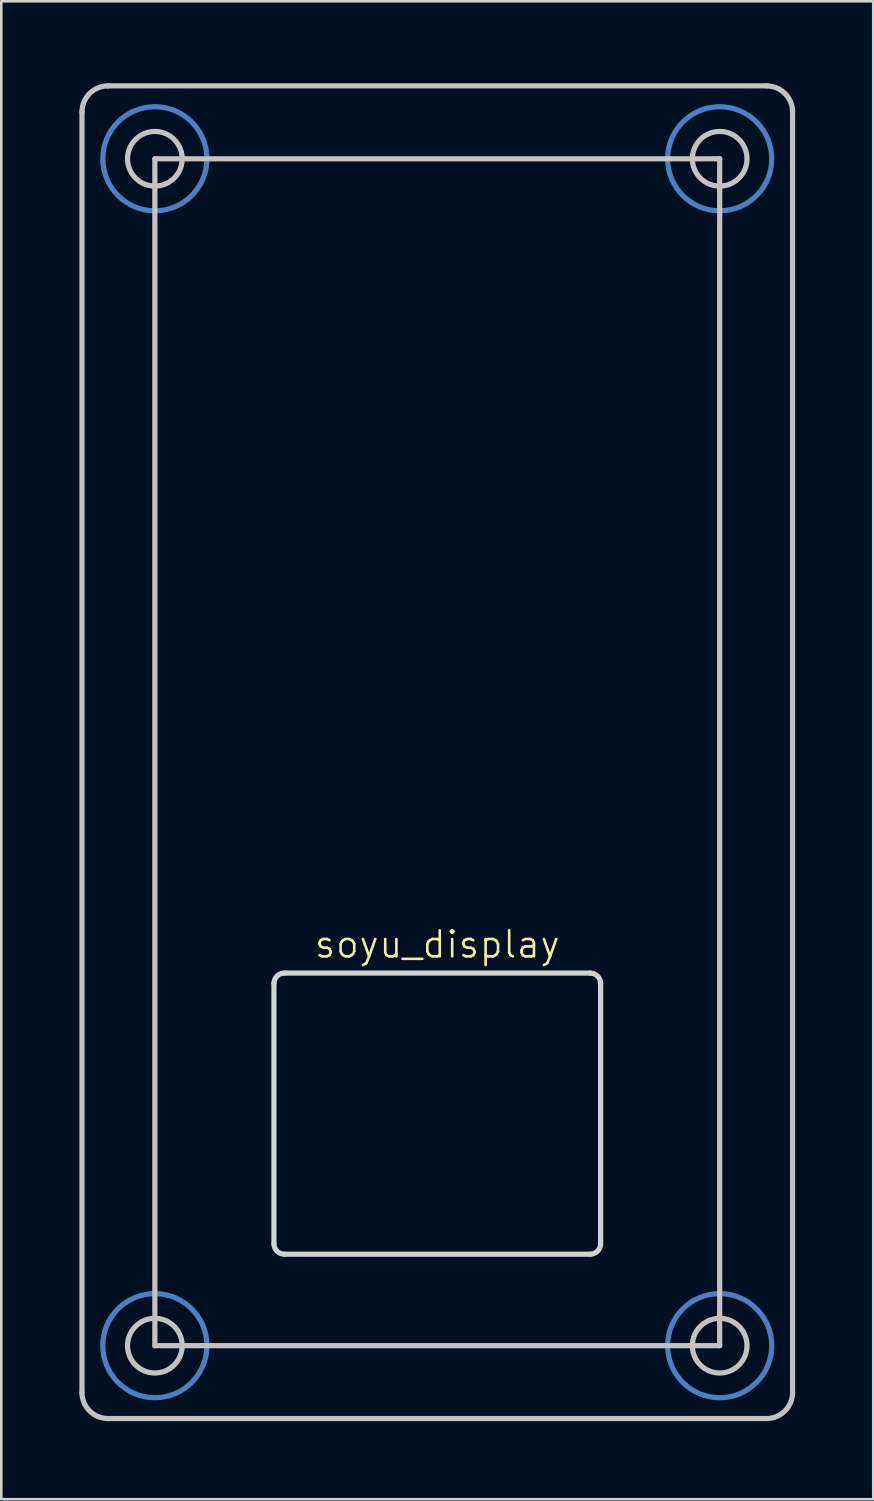
<source format=kicad_pcb>
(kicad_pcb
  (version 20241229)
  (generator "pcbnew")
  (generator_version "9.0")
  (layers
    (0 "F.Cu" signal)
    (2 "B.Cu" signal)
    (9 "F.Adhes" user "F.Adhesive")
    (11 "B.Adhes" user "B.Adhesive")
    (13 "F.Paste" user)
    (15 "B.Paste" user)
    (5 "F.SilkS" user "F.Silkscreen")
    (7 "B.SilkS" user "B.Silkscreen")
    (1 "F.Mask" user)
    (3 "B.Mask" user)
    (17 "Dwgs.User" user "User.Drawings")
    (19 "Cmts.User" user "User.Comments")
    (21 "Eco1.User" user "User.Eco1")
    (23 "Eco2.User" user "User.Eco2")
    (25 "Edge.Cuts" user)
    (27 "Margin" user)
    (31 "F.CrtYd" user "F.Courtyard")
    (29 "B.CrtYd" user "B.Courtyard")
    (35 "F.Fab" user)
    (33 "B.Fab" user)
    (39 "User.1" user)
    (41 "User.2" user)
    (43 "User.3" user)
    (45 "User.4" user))
  (footprint "soyu_display"
    (layer "F.Cu")
    (at 13.75 0.25)
    (property "Reference" "soyu_display" (at 0 32.985 0) (unlocked yes) (layer "F.SilkS") (effects (font (size 1 1) (thickness 0.1))))
    (fp_circle (center -10.85 2.8) (end -10.85 0.8) (stroke (width 0.2) (type default)) (fill no) (layer "B.Cu"))
    (fp_circle (center -10.85 48.4) (end -10.85 46.4) (stroke (width 0.2) (type default)) (fill no) (layer "B.Cu"))
    (fp_circle (center 10.85 2.8) (end 10.85 0.8) (stroke (width 0.2) (type default)) (fill no) (layer "B.Cu"))
    (fp_circle (center 10.85 48.4) (end 10.85 46.4) (stroke (width 0.2) (type default)) (fill no) (layer "B.Cu"))
    (fp_line (start -13.65 1) (end -13.65 50.2) (stroke (width 0.2) (type solid)) (layer "Dwgs.User"))
    (fp_line (start -12.65 51.2) (end 12.65 51.2) (stroke (width 0.2) (type solid)) (layer "Dwgs.User"))
    (fp_line (start -10.85 2.8) (end -10.85 48.4) (stroke (width 0.2) (type solid)) (layer "Dwgs.User"))
    (fp_line (start -10.85 48.4) (end 10.85 48.4) (stroke (width 0.2) (type solid)) (layer "Dwgs.User"))
    (fp_line (start 10.85 2.8) (end -10.85 2.8) (stroke (width 0.2) (type solid)) (layer "Dwgs.User"))
    (fp_line (start 10.85 48.4) (end 10.85 2.8) (stroke (width 0.2) (type solid)) (layer "Dwgs.User"))
    (fp_line (start 12.65 0) (end -12.65 0) (stroke (width 0.2) (type solid)) (layer "Dwgs.User"))
    (fp_line (start 13.65 50.2) (end 13.65 1) (stroke (width 0.2) (type solid)) (layer "Dwgs.User"))
    (fp_arc (start -13.65 1) (mid -13.357107 0.292893) (end -12.65 0) (stroke (width 0.2) (type solid)) (layer "Dwgs.User"))
    (fp_arc (start -12.65 51.2) (mid -13.357107 50.907107) (end -13.65 50.2) (stroke (width 0.2) (type solid)) (layer "Dwgs.User"))
    (fp_arc (start 12.65 0) (mid 13.357107 0.292893) (end 13.65 1) (stroke (width 0.2) (type solid)) (layer "Dwgs.User"))
    (fp_arc (start 13.65 50.2) (mid 13.357107 50.907107) (end 12.65 51.2) (stroke (width 0.2) (type solid)) (layer "Dwgs.User"))
    (fp_circle (center -10.85 2.8) (end -9.8 2.8) (stroke (width 0.2) (type solid)) (fill no) (layer "Dwgs.User"))
    (fp_circle (center -10.85 48.4) (end -9.8 48.4) (stroke (width 0.2) (type solid)) (fill no) (layer "Dwgs.User"))
    (fp_circle (center 10.85 2.8) (end 11.9 2.8) (stroke (width 0.2) (type solid)) (fill no) (layer "Dwgs.User"))
    (fp_circle (center 10.85 48.4) (end 11.9 48.4) (stroke (width 0.2) (type solid)) (fill no) (layer "Dwgs.User"))
    (fp_line (start -6.275 44.485) (end -6.275 34.485) (stroke (width 0.2) (type solid)) (layer "Edge.Cuts"))
    (fp_line (start -5.875 34.085) (end 5.875 34.085) (stroke (width 0.2) (type solid)) (layer "Edge.Cuts"))
    (fp_line (start 5.875 44.885) (end -5.875 44.885) (stroke (width 0.2) (type solid)) (layer "Edge.Cuts"))
    (fp_line (start 6.275 34.485) (end 6.275 44.485) (stroke (width 0.2) (type solid)) (layer "Edge.Cuts"))
    (fp_arc (start -6.275 34.485) (mid -6.157842 34.202158) (end -5.875 34.085) (stroke (width 0.2) (type solid)) (layer "Edge.Cuts"))
    (fp_arc (start -5.875 44.885) (mid -6.157842 44.767842) (end -6.275 44.485) (stroke (width 0.2) (type solid)) (layer "Edge.Cuts"))
    (fp_arc (start 5.875 34.085) (mid 6.157843 34.202157) (end 6.275 34.485) (stroke (width 0.2) (type solid)) (layer "Edge.Cuts"))
    (fp_arc (start 6.275 44.485) (mid 6.157843 44.767843) (end 5.875 44.885) (stroke (width 0.2) (type solid)) (layer "Edge.Cuts"))
    (fp_circle (center -10.85 2.8) (end -10.85 1.7) (stroke (width 0.05) (type default)) (fill no) (layer "Edge.Cuts"))
    (fp_circle (center -10.85 48.4) (end -10.85 47.3) (stroke (width 0.05) (type default)) (fill no) (layer "Edge.Cuts"))
    (fp_circle (center 10.85 2.8) (end 10.85 1.7) (stroke (width 0.05) (type default)) (fill no) (layer "Edge.Cuts"))
    (fp_circle (center 10.85 48.4) (end 10.85 47.3) (stroke (width 0.05) (type default)) (fill no) (layer "Edge.Cuts")))
  (gr_rect
    (start -3 -3)
    (end 30.5 54.55)
    (stroke (width 0.1) (type default))
    (fill no)
    (layer "Edge.Cuts")))
</source>
